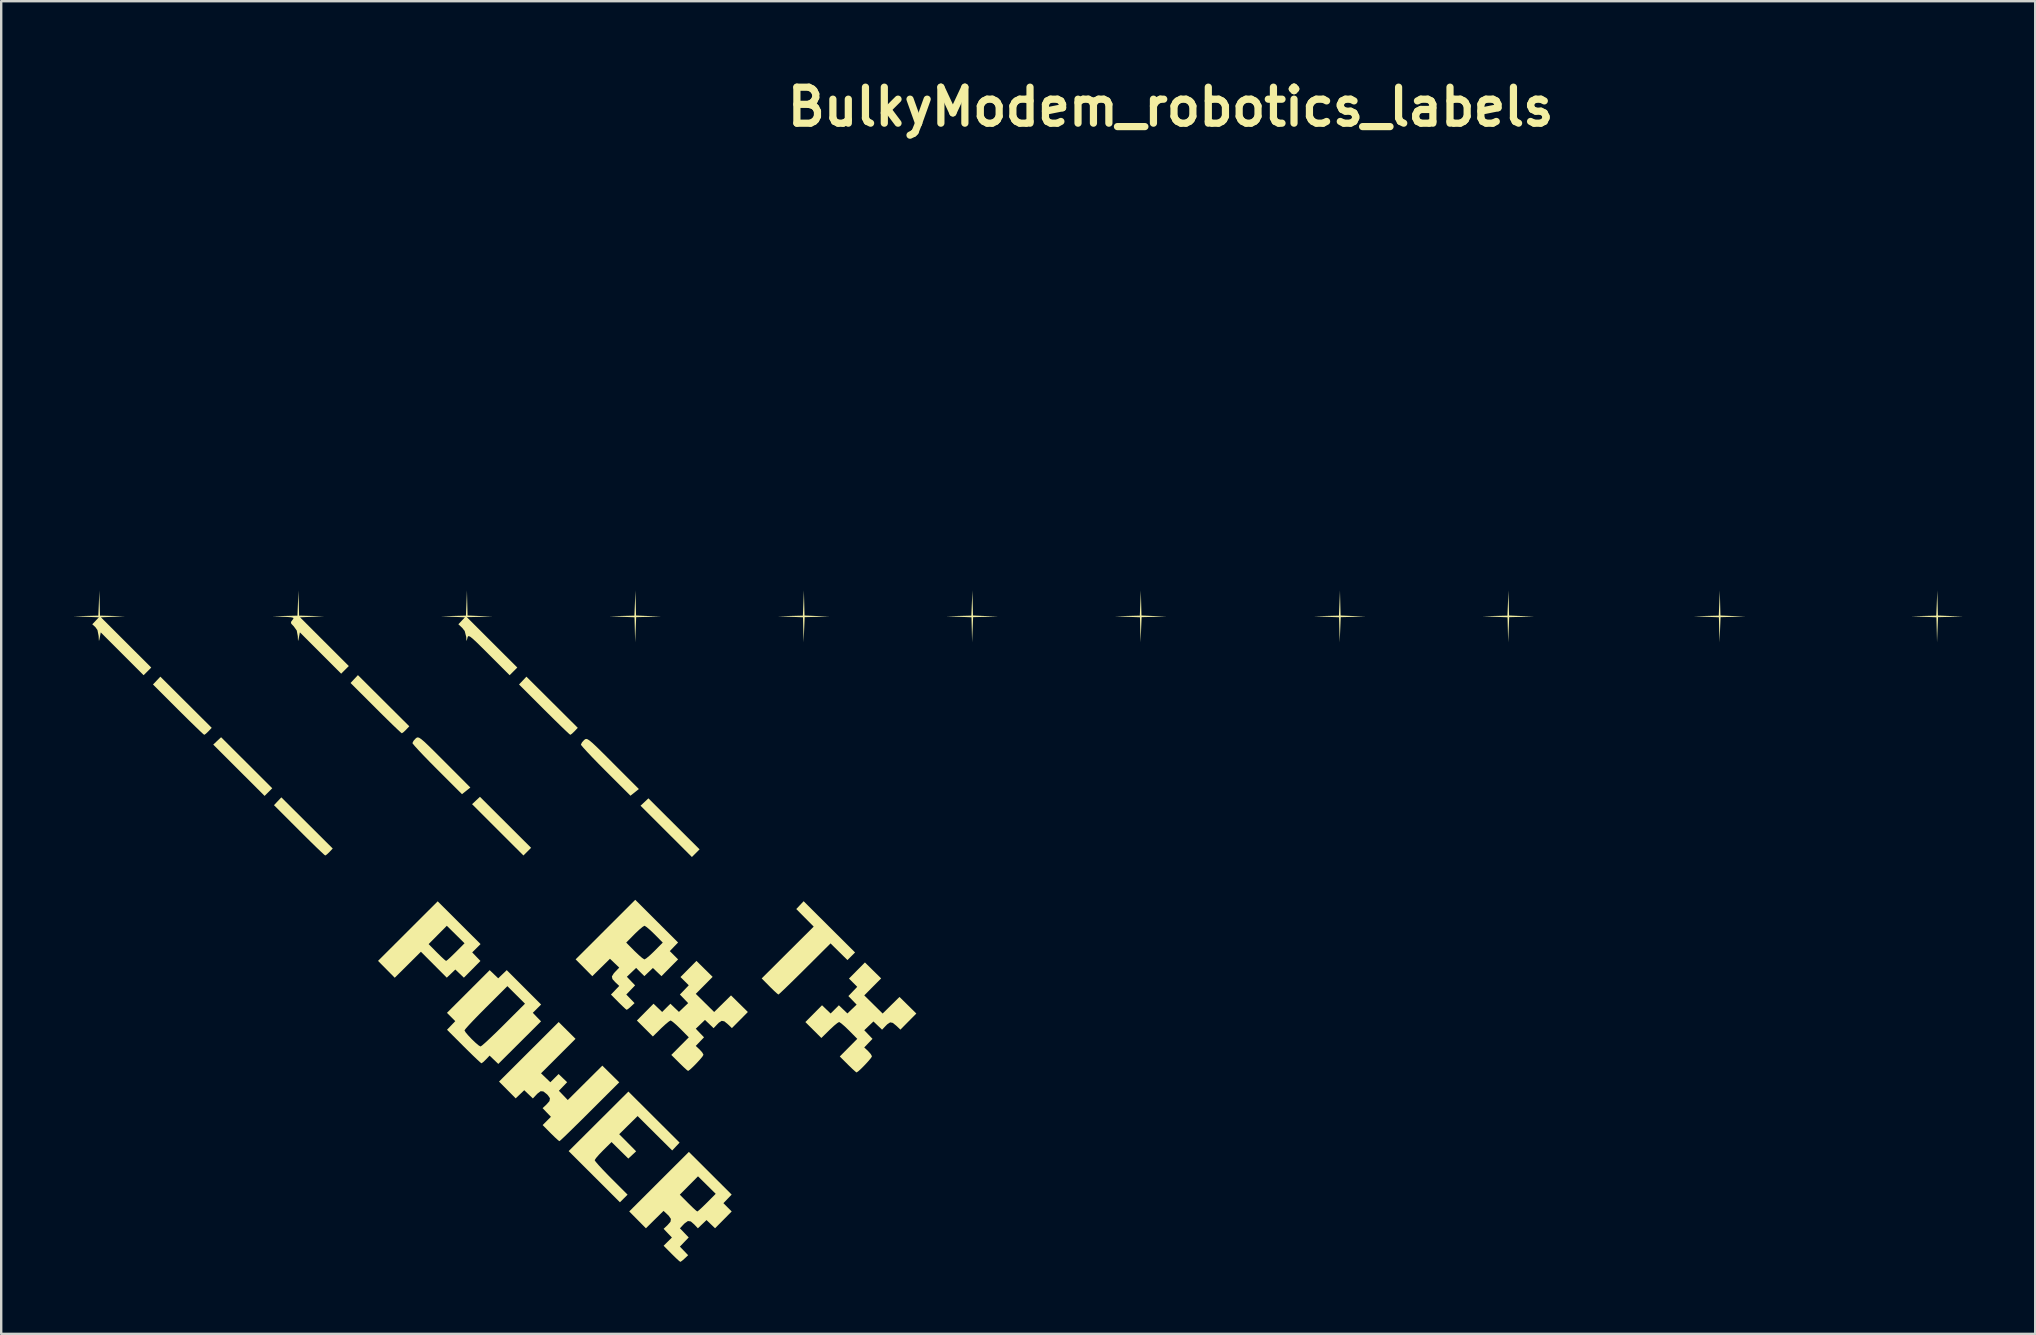
<source format=kicad_pcb>
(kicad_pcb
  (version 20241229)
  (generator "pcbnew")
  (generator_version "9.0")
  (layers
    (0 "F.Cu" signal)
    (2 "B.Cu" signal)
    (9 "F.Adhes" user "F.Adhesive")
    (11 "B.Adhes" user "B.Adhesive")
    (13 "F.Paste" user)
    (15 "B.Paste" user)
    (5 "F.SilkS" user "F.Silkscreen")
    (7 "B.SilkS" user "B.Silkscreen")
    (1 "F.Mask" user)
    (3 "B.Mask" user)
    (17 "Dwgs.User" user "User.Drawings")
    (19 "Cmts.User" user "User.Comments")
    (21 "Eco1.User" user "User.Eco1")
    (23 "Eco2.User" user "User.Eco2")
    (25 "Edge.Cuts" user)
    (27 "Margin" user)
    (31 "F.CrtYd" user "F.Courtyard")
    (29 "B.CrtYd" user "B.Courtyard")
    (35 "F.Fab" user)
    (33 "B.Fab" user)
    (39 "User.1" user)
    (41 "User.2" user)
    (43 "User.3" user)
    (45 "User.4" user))
  (footprint "BulkyModem_robotics_labels"
    (layer "F.Cu")
    (at 45.726 1.404)
    (property "Reference" "BulkyModem_robotics_labels" (at 0 0 0) (layer "F.SilkS") (effects (font (size 1.5 1.5) (thickness 0.3))))
    (attr board_only exclude_from_pos_files exclude_from_bom)
    (fp_poly (pts (xy -38.497 27.328) (xy -37.432 28.391) (xy -37.591 28.55) (xy -37.751 28.71) (xy -38.821 27.641) (xy -39.891 26.572) (xy -39.727 26.418) (xy -39.563 26.265)) (stroke (width 0) (type solid)) (fill yes) (layer "F.SilkS"))
    (fp_poly (pts (xy -27.712 29.81) (xy -26.646 30.873) (xy -26.806 31.033) (xy -26.966 31.192) (xy -28.036 30.124) (xy -29.106 29.055) (xy -28.942 28.901) (xy -28.778 28.747)) (stroke (width 0) (type solid)) (fill yes) (layer "F.SilkS"))
    (fp_poly (pts (xy -20.692 29.874) (xy -19.626 30.937) (xy -19.786 31.097) (xy -19.946 31.256) (xy -21.016 30.187) (xy -22.086 29.118) (xy -21.922 28.965) (xy -21.758 28.811)) (stroke (width 0) (type solid)) (fill yes) (layer "F.SilkS"))
    (fp_poly (pts (xy -41.024 24.807) (xy -39.954 25.873) (xy -40.091 26.018) (xy -40.198 26.12) (xy -40.265 26.164) (xy -40.266 26.164) (xy -40.32 26.121) (xy -40.45 26) (xy -40.644 25.813) (xy -40.89 25.574) (xy -41.172 25.295) (xy -41.353 25.116) (xy -42.402 24.067) (xy -42.248 23.904) (xy -42.094 23.741)) (stroke (width 0) (type solid)) (fill yes) (layer "F.SilkS"))
    (fp_poly (pts (xy -35.982 29.836) (xy -34.912 30.902) (xy -35.049 31.047) (xy -35.156 31.149) (xy -35.223 31.193) (xy -35.224 31.193) (xy -35.278 31.15) (xy -35.408 31.029) (xy -35.603 30.843) (xy -35.848 30.604) (xy -36.131 30.324) (xy -36.311 30.145) (xy -37.36 29.096) (xy -37.207 28.933) (xy -37.053 28.77)) (stroke (width 0) (type solid)) (fill yes) (layer "F.SilkS"))
    (fp_poly (pts (xy -32.792 24.743) (xy -31.721 25.809) (xy -31.859 25.955) (xy -31.965 26.056) (xy -32.032 26.1) (xy -32.033 26.1) (xy -32.087 26.057) (xy -32.217 25.936) (xy -32.412 25.75) (xy -32.657 25.511) (xy -32.94 25.232) (xy -33.12 25.052) (xy -34.169 24.004) (xy -34.016 23.84) (xy -33.862 23.677)) (stroke (width 0) (type solid)) (fill yes) (layer "F.SilkS"))
    (fp_poly (pts (xy -25.771 24.807) (xy -24.701 25.873) (xy -24.838 26.018) (xy -24.945 26.12) (xy -25.012 26.164) (xy -25.013 26.164) (xy -25.067 26.121) (xy -25.197 26) (xy -25.392 25.813) (xy -25.637 25.574) (xy -25.919 25.295) (xy -26.1 25.116) (xy -27.149 24.067) (xy -26.995 23.904) (xy -26.842 23.741)) (stroke (width 0) (type solid)) (fill yes) (layer "F.SilkS"))
    (fp_poly (pts (xy -22.286 20.671) (xy -22.273 21.193) (xy -21.746 21.215) (xy -21.22 21.236) (xy -21.744 21.249) (xy -22.268 21.262) (xy -22.289 21.787) (xy -22.311 22.313) (xy -22.324 21.79) (xy -22.337 21.267) (xy -22.863 21.246) (xy -23.39 21.224) (xy -22.866 21.211) (xy -22.342 21.198) (xy -22.32 20.673) (xy -22.299 20.148)) (stroke (width 0) (type solid)) (fill yes) (layer "F.SilkS"))
    (fp_poly (pts (xy -15.266 20.671) (xy -15.253 21.193) (xy -14.726 21.215) (xy -14.2 21.236) (xy -14.724 21.249) (xy -15.248 21.262) (xy -15.269 21.787) (xy -15.291 22.313) (xy -15.304 21.79) (xy -15.317 21.267) (xy -15.843 21.246) (xy -16.37 21.224) (xy -15.846 21.211) (xy -15.322 21.198) (xy -15.3 20.673) (xy -15.279 20.148)) (stroke (width 0) (type solid)) (fill yes) (layer "F.SilkS"))
    (fp_poly (pts (xy -8.246 20.671) (xy -8.233 21.193) (xy -7.706 21.215) (xy -7.18 21.236) (xy -7.704 21.249) (xy -8.228 21.262) (xy -8.249 21.787) (xy -8.271 22.313) (xy -8.283 21.79) (xy -8.296 21.267) (xy -8.823 21.246) (xy -9.349 21.224) (xy -8.826 21.211) (xy -8.302 21.198) (xy -8.28 20.673) (xy -8.259 20.148)) (stroke (width 0) (type solid)) (fill yes) (layer "F.SilkS"))
    (fp_poly (pts (xy -1.226 20.671) (xy -1.213 21.193) (xy -0.686 21.215) (xy -0.16 21.236) (xy -0.683 21.249) (xy -1.207 21.262) (xy -1.229 21.787) (xy -1.25 22.313) (xy -1.263 21.79) (xy -1.276 21.267) (xy -1.803 21.246) (xy -2.329 21.224) (xy -1.805 21.211) (xy -1.282 21.198) (xy -1.26 20.673) (xy -1.239 20.148)) (stroke (width 0) (type solid)) (fill yes) (layer "F.SilkS"))
    (fp_poly (pts (xy 7.071 20.671) (xy 7.084 21.193) (xy 7.61 21.215) (xy 8.137 21.236) (xy 7.613 21.249) (xy 7.089 21.262) (xy 7.068 21.787) (xy 7.046 22.313) (xy 7.033 21.79) (xy 7.02 21.267) (xy 6.494 21.246) (xy 5.967 21.224) (xy 6.491 21.211) (xy 7.015 21.198) (xy 7.036 20.673) (xy 7.058 20.148)) (stroke (width 0) (type solid)) (fill yes) (layer "F.SilkS"))
    (fp_poly (pts (xy 14.091 20.671) (xy 14.104 21.193) (xy 14.631 21.215) (xy 15.157 21.236) (xy 14.633 21.249) (xy 14.109 21.262) (xy 14.088 21.787) (xy 14.066 22.313) (xy 14.053 21.79) (xy 14.04 21.267) (xy 13.514 21.246) (xy 12.987 21.224) (xy 13.511 21.211) (xy 14.035 21.198) (xy 14.057 20.673) (xy 14.078 20.148)) (stroke (width 0) (type solid)) (fill yes) (layer "F.SilkS"))
    (fp_poly (pts (xy 22.898 20.671) (xy 22.911 21.193) (xy 23.438 21.215) (xy 23.964 21.236) (xy 23.44 21.249) (xy 22.916 21.262) (xy 22.895 21.787) (xy 22.873 22.313) (xy 22.86 21.79) (xy 22.847 21.267) (xy 22.321 21.246) (xy 21.794 21.224) (xy 22.318 21.211) (xy 22.842 21.198) (xy 22.864 20.673) (xy 22.885 20.148)) (stroke (width 0) (type solid)) (fill yes) (layer "F.SilkS"))
    (fp_poly (pts (xy 31.96 20.671) (xy 31.973 21.193) (xy 32.5 21.215) (xy 33.026 21.236) (xy 32.502 21.249) (xy 31.979 21.262) (xy 31.957 21.787) (xy 31.936 22.313) (xy 31.923 21.79) (xy 31.91 21.267) (xy 31.383 21.246) (xy 30.857 21.224) (xy 31.38 21.211) (xy 31.904 21.198) (xy 31.926 20.673) (xy 31.947 20.148)) (stroke (width 0) (type solid)) (fill yes) (layer "F.SilkS"))
    (fp_poly (pts (xy -31.312 26.286) (xy -31.227 26.341) (xy -31.105 26.444) (xy -30.933 26.606) (xy -30.699 26.835) (xy -30.392 27.142) (xy -30.253 27.281) (xy -29.177 28.36) (xy -29.351 28.499) (xy -29.526 28.638) (xy -30.558 27.607) (xy -30.854 27.309) (xy -31.116 27.039) (xy -31.333 26.81) (xy -31.491 26.636) (xy -31.578 26.531) (xy -31.59 26.507) (xy -31.547 26.417) (xy -31.46 26.32) (xy -31.416 26.285) (xy -31.371 26.271)) (stroke (width 0) (type solid)) (fill yes) (layer "F.SilkS"))
    (fp_poly (pts (xy -24.292 26.35) (xy -24.207 26.405) (xy -24.085 26.508) (xy -23.912 26.67) (xy -23.679 26.899) (xy -23.371 27.206) (xy -23.233 27.345) (xy -22.156 28.424) (xy -22.331 28.563) (xy -22.506 28.702) (xy -23.538 27.671) (xy -23.834 27.373) (xy -24.096 27.103) (xy -24.312 26.874) (xy -24.471 26.7) (xy -24.558 26.595) (xy -24.57 26.571) (xy -24.527 26.481) (xy -24.44 26.384) (xy -24.396 26.349) (xy -24.351 26.335)) (stroke (width 0) (type solid)) (fill yes) (layer "F.SilkS"))
    (fp_poly (pts (xy -14.219 34.166) (xy -13.147 35.233) (xy -13.306 35.392) (xy -13.465 35.55) (xy -13.817 35.203) (xy -14.169 34.856) (xy -15.238 35.921) (xy -15.54 36.22) (xy -15.812 36.487) (xy -16.04 36.709) (xy -16.213 36.873) (xy -16.316 36.968) (xy -16.341 36.986) (xy -16.398 36.944) (xy -16.52 36.833) (xy -16.681 36.676) (xy -16.706 36.65) (xy -17.038 36.315) (xy -15.955 35.235) (xy -14.871 34.156) (xy -15.234 33.79) (xy -15.597 33.424) (xy -15.444 33.261) (xy -15.29 33.098)) (stroke (width 0) (type solid)) (fill yes) (layer "F.SilkS"))
    (fp_poly (pts (xy -44.623 20.673) (xy -44.61 21.198) (xy -44.083 21.211) (xy -43.557 21.224) (xy -44.063 21.246) (xy -44.57 21.268) (xy -43.522 22.315) (xy -42.474 23.362) (xy -42.633 23.521) (xy -42.793 23.681) (xy -43.685 22.788) (xy -44.578 21.896) (xy -44.617 22.104) (xy -44.642 22.228) (xy -44.655 22.243) (xy -44.662 22.141) (xy -44.665 22.052) (xy -44.715 21.799) (xy -44.802 21.675) (xy -44.931 21.559) (xy -44.793 21.413) (xy -44.656 21.268) (xy -45.191 21.246) (xy -45.726 21.224) (xy -45.202 21.211) (xy -44.679 21.198) (xy -44.657 20.673) (xy -44.636 20.148)) (stroke (width 0) (type solid)) (fill yes) (layer "F.SilkS"))
    (fp_poly (pts (xy -21.525 42.093) (xy -20.459 43.156) (xy -20.613 43.32) (xy -20.767 43.483) (xy -21.488 42.767) (xy -22.208 42.05) (xy -22.592 42.428) (xy -22.975 42.807) (xy -22.622 43.162) (xy -22.27 43.518) (xy -22.432 43.67) (xy -22.595 43.822) (xy -22.944 43.478) (xy -23.294 43.133) (xy -23.645 43.479) (xy -23.812 43.652) (xy -23.936 43.795) (xy -23.994 43.881) (xy -23.996 43.89) (xy -23.953 43.955) (xy -23.835 44.093) (xy -23.657 44.285) (xy -23.435 44.515) (xy -23.311 44.64) (xy -22.626 45.325) (xy -22.786 45.484) (xy -22.945 45.643) (xy -24.013 44.576) (xy -25.081 43.51) (xy -23.836 42.269) (xy -22.592 41.029)) (stroke (width 0) (type solid)) (fill yes) (layer "F.SilkS"))
    (fp_poly (pts (xy -36.326 20.673) (xy -36.313 21.198) (xy -35.787 21.211) (xy -35.26 21.224) (xy -35.767 21.246) (xy -36.274 21.268) (xy -35.258 22.283) (xy -34.241 23.299) (xy -34.401 23.458) (xy -34.56 23.617) (xy -35.421 22.756) (xy -36.281 21.895) (xy -36.321 22.104) (xy -36.346 22.229) (xy -36.359 22.244) (xy -36.365 22.142) (xy -36.368 22.053) (xy -36.412 21.818) (xy -36.536 21.644) (xy -36.639 21.537) (xy -36.653 21.464) (xy -36.593 21.381) (xy -36.548 21.323) (xy -36.559 21.287) (xy -36.646 21.266) (xy -36.83 21.252) (xy -36.96 21.246) (xy -37.43 21.224) (xy -36.906 21.211) (xy -36.382 21.198) (xy -36.361 20.673) (xy -36.339 20.148)) (stroke (width 0) (type solid)) (fill yes) (layer "F.SilkS"))
    (fp_poly (pts (xy -29.306 20.671) (xy -29.293 21.193) (xy -28.766 21.215) (xy -28.24 21.236) (xy -28.782 21.249) (xy -29.323 21.262) (xy -28.272 22.312) (xy -27.221 23.362) (xy -27.381 23.521) (xy -27.54 23.681) (xy -28.401 22.82) (xy -28.699 22.523) (xy -28.919 22.307) (xy -29.075 22.162) (xy -29.178 22.08) (xy -29.241 22.05) (xy -29.276 22.064) (xy -29.296 22.112) (xy -29.301 22.136) (xy -29.328 22.241) (xy -29.341 22.236) (xy -29.348 22.112) (xy -29.349 22.085) (xy -29.413 21.839) (xy -29.517 21.707) (xy -29.677 21.558) (xy -29.54 21.413) (xy -29.404 21.268) (xy -29.907 21.246) (xy -30.41 21.224) (xy -29.886 21.211) (xy -29.362 21.198) (xy -29.34 20.673) (xy -29.319 20.148)) (stroke (width 0) (type solid)) (fill yes) (layer "F.SilkS"))
    (fp_poly (pts (xy -29.645 33.993) (xy -28.752 34.884) (xy -28.926 35.057) (xy -29.1 35.23) (xy -28.928 35.409) (xy -28.757 35.587) (xy -29.102 35.936) (xy -29.447 36.284) (xy -29.625 36.114) (xy -29.804 35.944) (xy -29.981 36.114) (xy -30.159 36.284) (xy -30.698 35.744) (xy -31.237 35.203) (xy -31.782 35.745) (xy -32.328 36.287) (xy -32.676 35.935) (xy -33.024 35.584) (xy -32.324 34.885) (xy -30.916 34.885) (xy -30.569 35.235) (xy -30.401 35.401) (xy -30.267 35.525) (xy -30.193 35.583) (xy -30.187 35.585) (xy -30.128 35.543) (xy -30.004 35.431) (xy -29.839 35.271) (xy -29.785 35.218) (xy -29.42 34.85) (xy -29.789 34.485) (xy -30.158 34.121) (xy -30.537 34.503) (xy -30.916 34.885) (xy -32.324 34.885) (xy -31.781 34.343) (xy -30.538 33.102)) (stroke (width 0) (type solid)) (fill yes) (layer "F.SilkS"))
    (fp_poly (pts (xy -25.146 38.482) (xy -24.795 38.832) (xy -25.514 39.551) (xy -26.233 40.269) (xy -26.038 40.455) (xy -25.844 40.641) (xy -25.672 40.47) (xy -25.501 40.298) (xy -25.322 40.469) (xy -25.144 40.639) (xy -25.316 40.818) (xy -25.488 40.996) (xy -25.303 41.189) (xy -25.118 41.382) (xy -24.398 40.665) (xy -23.678 39.949) (xy -23.326 40.296) (xy -22.973 40.644) (xy -24.202 41.87) (xy -24.526 42.193) (xy -24.821 42.483) (xy -25.074 42.731) (xy -25.273 42.923) (xy -25.408 43.049) (xy -25.465 43.097) (xy -25.465 43.097) (xy -25.524 43.055) (xy -25.646 42.944) (xy -25.807 42.787) (xy -25.833 42.761) (xy -26.165 42.425) (xy -25.993 42.253) (xy -25.82 42.081) (xy -25.994 41.901) (xy -26.167 41.72) (xy -26.007 41.57) (xy -25.88 41.425) (xy -25.862 41.305) (xy -25.953 41.175) (xy -25.994 41.135) (xy -26.136 41.024) (xy -26.248 41.014) (xy -26.374 41.107) (xy -26.422 41.156) (xy -26.572 41.316) (xy -26.752 41.144) (xy -26.932 40.973) (xy -27.11 41.143) (xy -27.288 41.313) (xy -27.635 40.963) (xy -27.982 40.613) (xy -26.739 39.372) (xy -25.497 38.132)) (stroke (width 0) (type solid)) (fill yes) (layer "F.SilkS"))
    (fp_poly (pts (xy -26.945 36.686) (xy -26.229 37.402) (xy -26.402 37.575) (xy -26.575 37.747) (xy -26.404 37.926) (xy -26.232 38.104) (xy -27.123 38.991) (xy -28.013 39.878) (xy -28.195 39.704) (xy -28.376 39.531) (xy -28.527 39.691) (xy -28.638 39.798) (xy -28.71 39.85) (xy -28.715 39.851) (xy -28.771 39.808) (xy -28.9 39.69) (xy -29.086 39.512) (xy -29.312 39.29) (xy -29.451 39.152) (xy -30.124 38.479) (xy -29.421 38.479) (xy -29.377 38.558) (xy -29.267 38.689) (xy -29.12 38.844) (xy -28.965 38.993) (xy -28.833 39.105) (xy -28.753 39.15) (xy -28.752 39.15) (xy -28.688 39.107) (xy -28.55 38.987) (xy -28.352 38.803) (xy -28.108 38.57) (xy -27.835 38.301) (xy -27.793 38.259) (xy -26.901 37.368) (xy -27.267 37.003) (xy -27.634 36.637) (xy -28.527 37.527) (xy -28.801 37.803) (xy -29.041 38.05) (xy -29.233 38.254) (xy -29.364 38.401) (xy -29.42 38.475) (xy -29.421 38.479) (xy -30.124 38.479) (xy -30.149 38.453) (xy -29.977 38.274) (xy -29.806 38.095) (xy -29.979 37.922) (xy -30.152 37.749) (xy -29.262 36.86) (xy -28.372 35.97) (xy -28.194 36.14) (xy -28.017 36.31) (xy -27.839 36.14) (xy -27.661 35.97)) (stroke (width 0) (type solid)) (fill yes) (layer "F.SilkS"))
    (fp_poly (pts (xy -19.18 44.432) (xy -18.289 45.322) (xy -18.461 45.501) (xy -18.633 45.68) (xy -18.46 45.853) (xy -18.288 46.025) (xy -18.634 46.375) (xy -18.981 46.725) (xy -19.159 46.554) (xy -19.337 46.384) (xy -19.517 46.555) (xy -19.697 46.727) (xy -19.847 46.567) (xy -19.992 46.441) (xy -20.112 46.424) (xy -20.245 46.517) (xy -20.295 46.567) (xy -20.445 46.727) (xy -20.262 46.917) (xy -20.079 47.108) (xy -20.263 47.299) (xy -20.446 47.49) (xy -20.274 47.669) (xy -20.102 47.848) (xy -20.25 47.987) (xy -20.361 48.084) (xy -20.427 48.126) (xy -20.428 48.126) (xy -20.484 48.084) (xy -20.605 47.973) (xy -20.765 47.816) (xy -20.791 47.79) (xy -21.124 47.454) (xy -20.951 47.282) (xy -20.779 47.11) (xy -20.952 46.93) (xy -21.125 46.749) (xy -20.965 46.599) (xy -20.838 46.454) (xy -20.821 46.335) (xy -20.914 46.202) (xy -20.966 46.152) (xy -21.127 46.001) (xy -21.495 46.363) (xy -21.862 46.726) (xy -22.21 46.375) (xy -22.557 46.024) (xy -21.857 45.325) (xy -20.45 45.325) (xy -20.103 45.675) (xy -19.934 45.841) (xy -19.801 45.965) (xy -19.726 46.024) (xy -19.72 46.026) (xy -19.662 45.983) (xy -19.538 45.871) (xy -19.373 45.711) (xy -19.319 45.658) (xy -18.954 45.29) (xy -19.323 44.925) (xy -19.692 44.561) (xy -20.071 44.943) (xy -20.45 45.325) (xy -21.857 45.325) (xy -21.315 44.783) (xy -20.072 43.543)) (stroke (width 0) (type solid)) (fill yes) (layer "F.SilkS"))
    (fp_poly (pts (xy -21.414 33.928) (xy -20.522 34.818) (xy -20.695 34.997) (xy -20.867 35.177) (xy -20.694 35.349) (xy -20.521 35.521) (xy -20.868 35.871) (xy -21.214 36.221) (xy -21.393 36.05) (xy -21.571 35.88) (xy -21.749 36.05) (xy -21.927 36.22) (xy -22.099 36.049) (xy -22.27 35.877) (xy -22.463 36.062) (xy -22.656 36.246) (xy -22.485 36.425) (xy -22.313 36.604) (xy -22.496 36.795) (xy -22.68 36.986) (xy -22.507 37.165) (xy -22.335 37.344) (xy -22.484 37.484) (xy -22.595 37.58) (xy -22.661 37.622) (xy -22.662 37.623) (xy -22.719 37.581) (xy -22.838 37.47) (xy -22.996 37.315) (xy -23.006 37.305) (xy -23.319 36.988) (xy -23.146 36.808) (xy -22.974 36.627) (xy -23.134 36.477) (xy -23.257 36.342) (xy -23.28 36.232) (xy -23.202 36.105) (xy -23.134 36.031) (xy -22.974 35.864) (xy -23.167 35.68) (xy -23.36 35.496) (xy -23.728 35.859) (xy -24.096 36.222) (xy -24.443 35.871) (xy -24.791 35.52) (xy -24.091 34.822) (xy -22.683 34.822) (xy -22.337 35.172) (xy -22.163 35.338) (xy -22.019 35.462) (xy -21.93 35.52) (xy -21.922 35.522) (xy -21.847 35.479) (xy -21.712 35.367) (xy -21.542 35.207) (xy -21.507 35.172) (xy -21.16 34.822) (xy -21.507 34.471) (xy -21.68 34.305) (xy -21.825 34.181) (xy -21.913 34.123) (xy -21.922 34.121) (xy -21.996 34.164) (xy -22.132 34.276) (xy -22.302 34.436) (xy -22.337 34.471) (xy -22.683 34.822) (xy -24.091 34.822) (xy -23.548 34.279) (xy -22.306 33.039)) (stroke (width 0) (type solid)) (fill yes) (layer "F.SilkS"))
    (fp_poly (pts (xy -19.419 35.918) (xy -19.082 36.25) (xy -19.433 36.604) (xy -19.784 36.958) (xy -19.401 37.336) (xy -19.018 37.714) (xy -18.667 37.368) (xy -18.316 37.022) (xy -17.965 37.368) (xy -17.614 37.714) (xy -17.946 38.05) (xy -18.279 38.385) (xy -18.444 38.227) (xy -18.593 38.104) (xy -18.705 38.082) (xy -18.825 38.161) (xy -18.891 38.228) (xy -19.042 38.388) (xy -19.221 38.216) (xy -19.401 38.044) (xy -19.593 38.228) (xy -19.784 38.411) (xy -19.613 38.59) (xy -19.441 38.768) (xy -19.613 38.948) (xy -19.785 39.127) (xy -19.625 39.277) (xy -19.516 39.398) (xy -19.465 39.492) (xy -19.465 39.498) (xy -19.506 39.569) (xy -19.612 39.697) (xy -19.753 39.85) (xy -19.901 40) (xy -20.027 40.116) (xy -20.102 40.168) (xy -20.106 40.169) (xy -20.163 40.127) (xy -20.284 40.017) (xy -20.445 39.861) (xy -20.47 39.836) (xy -20.804 39.503) (xy -20.44 39.136) (xy -20.075 38.769) (xy -20.422 38.418) (xy -20.595 38.252) (xy -20.738 38.128) (xy -20.825 38.07) (xy -20.833 38.068) (xy -20.906 38.11) (xy -21.041 38.221) (xy -21.21 38.377) (xy -21.235 38.401) (xy -21.572 38.734) (xy -21.905 38.402) (xy -22.238 38.07) (xy -21.891 37.719) (xy -21.545 37.369) (xy -21.365 37.541) (xy -21.185 37.713) (xy -21.014 37.541) (xy -20.842 37.37) (xy -20.664 37.54) (xy -20.486 37.71) (xy -20.294 37.527) (xy -20.102 37.344) (xy -20.274 37.165) (xy -20.446 36.986) (xy -20.261 36.794) (xy -20.077 36.601) (xy -20.249 36.429) (xy -20.422 36.257) (xy -20.089 35.921) (xy -19.756 35.585)) (stroke (width 0) (type solid)) (fill yes) (layer "F.SilkS"))
    (fp_poly (pts (xy -12.399 35.981) (xy -12.061 36.314) (xy -12.413 36.668) (xy -12.764 37.022) (xy -12.381 37.4) (xy -11.998 37.778) (xy -11.647 37.432) (xy -11.296 37.086) (xy -10.945 37.432) (xy -10.594 37.778) (xy -10.926 38.113) (xy -11.258 38.449) (xy -11.424 38.29) (xy -11.573 38.168) (xy -11.685 38.146) (xy -11.805 38.225) (xy -11.871 38.292) (xy -12.022 38.451) (xy -12.201 38.28) (xy -12.381 38.108) (xy -12.573 38.291) (xy -12.764 38.474) (xy -12.593 38.653) (xy -12.421 38.832) (xy -12.593 39.011) (xy -12.765 39.191) (xy -12.605 39.341) (xy -12.496 39.462) (xy -12.445 39.555) (xy -12.445 39.562) (xy -12.486 39.633) (xy -12.592 39.76) (xy -12.733 39.914) (xy -12.881 40.064) (xy -13.007 40.18) (xy -13.082 40.232) (xy -13.086 40.233) (xy -13.142 40.191) (xy -13.264 40.081) (xy -13.425 39.925) (xy -13.45 39.9) (xy -13.784 39.567) (xy -13.42 39.2) (xy -13.055 38.832) (xy -13.402 38.482) (xy -13.575 38.315) (xy -13.718 38.192) (xy -13.804 38.134) (xy -13.813 38.132) (xy -13.886 38.174) (xy -14.021 38.284) (xy -14.19 38.441) (xy -14.214 38.465) (xy -14.552 38.797) (xy -14.885 38.465) (xy -15.218 38.133) (xy -14.871 37.783) (xy -14.524 37.433) (xy -14.345 37.605) (xy -14.165 37.776) (xy -13.993 37.605) (xy -13.822 37.434) (xy -13.644 37.604) (xy -13.466 37.774) (xy -13.274 37.59) (xy -13.082 37.407) (xy -13.254 37.228) (xy -13.426 37.05) (xy -13.241 36.857) (xy -13.057 36.665) (xy -13.229 36.493) (xy -13.401 36.321) (xy -13.069 35.985) (xy -12.736 35.649)) (stroke (width 0) (type solid)) (fill yes) (layer "F.SilkS")))
  (gr_rect
    (start -3 -3)
    (end 81.753 52.53)
    (stroke (width 0.1) (type default))
    (fill no)
    (layer "Edge.Cuts")))
</source>
